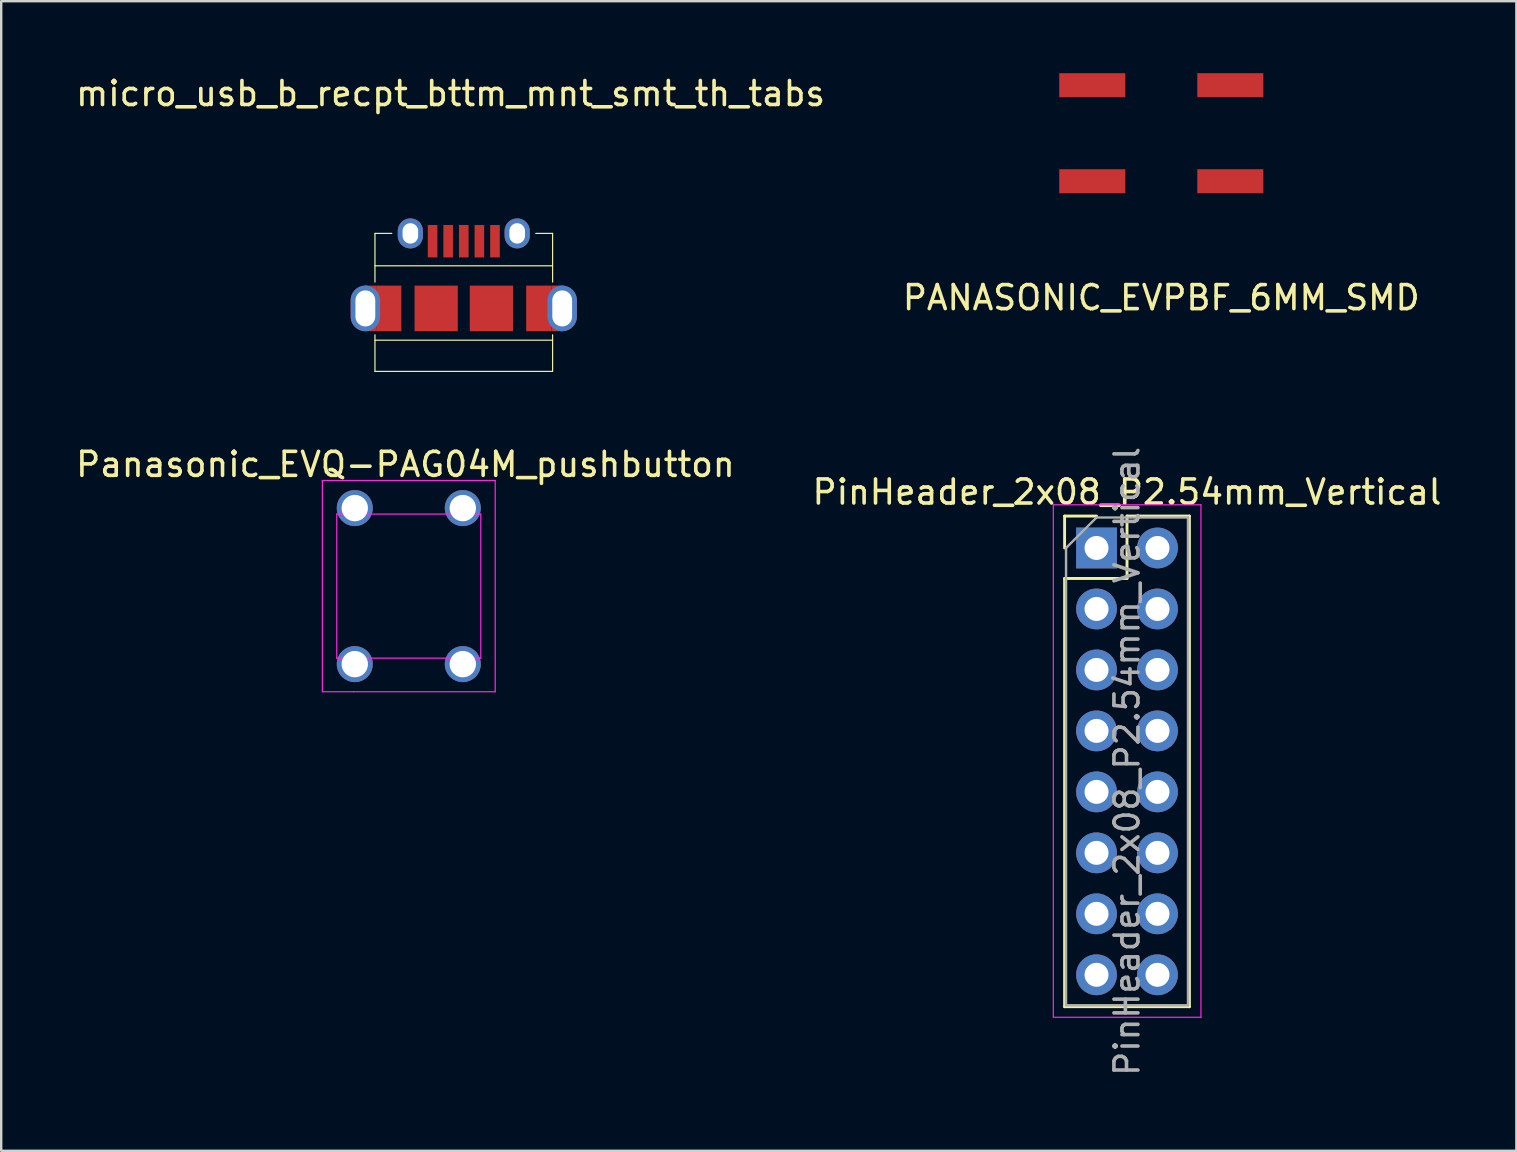
<source format=kicad_pcb>
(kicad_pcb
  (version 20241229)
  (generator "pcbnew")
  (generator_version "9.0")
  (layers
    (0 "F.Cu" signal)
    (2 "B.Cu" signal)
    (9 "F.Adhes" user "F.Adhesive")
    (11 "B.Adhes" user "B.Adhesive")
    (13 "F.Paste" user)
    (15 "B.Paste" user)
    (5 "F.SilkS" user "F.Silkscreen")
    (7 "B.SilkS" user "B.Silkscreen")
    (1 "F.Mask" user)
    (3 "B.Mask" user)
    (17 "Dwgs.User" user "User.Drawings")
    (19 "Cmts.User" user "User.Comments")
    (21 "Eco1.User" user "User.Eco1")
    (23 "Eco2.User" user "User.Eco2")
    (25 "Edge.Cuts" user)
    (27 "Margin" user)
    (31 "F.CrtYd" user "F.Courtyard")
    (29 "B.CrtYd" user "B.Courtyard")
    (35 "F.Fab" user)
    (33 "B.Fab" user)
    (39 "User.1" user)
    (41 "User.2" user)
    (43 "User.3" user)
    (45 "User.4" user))
  (footprint "micro_usb_b_recpt_bttm_mnt_smt_th_tabs"
    (layer "F.Cu")
    (at 16.27 9.798)
    (property "Reference" "micro_usb_b_recpt_bttm_mnt_smt_th_tabs" (at -0.55 -8.95 0) (layer "F.SilkS") (effects (font (size 1 1) (thickness 0.15))))
    (attr through_hole)
    (fp_poly (pts (xy -2.601 0.95) (xy -2.601 -0.95) (xy -3.651 -0.95) (xy -3.651 0.95)) (stroke (width 0) (type solid)) (fill yes) (layer "F.Cu"))
    (fp_poly (pts (xy 2.6 0.95) (xy 2.6 -0.95) (xy 3.65 -0.95) (xy 3.65 0.95)) (stroke (width 0) (type solid)) (fill yes) (layer "F.Cu"))
    (fp_poly (pts (xy -3.651 -0.95) (xy -4.101 -0.95) (xy -4.101 -0.85) (xy -3.701 -0.6) (xy -3.651 -0.45) (xy -3.651 0.5) (xy -3.751 0.65) (xy -4.101 0.95) (xy -3.651 0.95)) (stroke (width 0) (type solid)) (fill yes) (layer "F.Cu"))
    (fp_poly (pts (xy 3.65 -0.95) (xy 4.1 -0.95) (xy 4.1 -0.85) (xy 3.7 -0.6) (xy 3.65 -0.45) (xy 3.65 0.5) (xy 3.75 0.65) (xy 4.1 0.95) (xy 3.65 0.95)) (stroke (width 0) (type solid)) (fill yes) (layer "F.Cu"))
    (fp_poly (pts (xy -2.601 0.95) (xy -2.601 -0.95) (xy -3.651 -0.95) (xy -3.651 0.95)) (stroke (width 0) (type solid)) (fill yes) (layer "F.Mask"))
    (fp_poly (pts (xy 2.6 0.95) (xy 2.6 -0.95) (xy 3.65 -0.95) (xy 3.65 0.95)) (stroke (width 0) (type solid)) (fill yes) (layer "F.Mask"))
    (fp_poly (pts (xy -3.651 -0.95) (xy -4.101 -0.95) (xy -4.101 -0.85) (xy -3.701 -0.6) (xy -3.651 -0.45) (xy -3.651 0.5) (xy -3.751 0.65) (xy -4.101 0.95) (xy -3.651 0.95)) (stroke (width 0) (type solid)) (fill yes) (layer "F.Mask"))
    (fp_poly (pts (xy 3.65 -0.95) (xy 4.1 -0.95) (xy 4.1 -0.85) (xy 3.7 -0.6) (xy 3.65 -0.45) (xy 3.65 0.5) (xy 3.75 0.65) (xy 4.1 0.95) (xy 3.65 0.95)) (stroke (width 0) (type solid)) (fill yes) (layer "F.Mask"))
    (fp_line (start -3.7 -3.125) (end -3 -3.125) (stroke (width 0.05) (type solid)) (layer "F.SilkS"))
    (fp_line (start -3.7 -1.775) (end 3.7 -1.775) (stroke (width 0.05) (type solid)) (layer "F.SilkS"))
    (fp_line (start -3.7 -1.1) (end -3.7 -3.125) (stroke (width 0.05) (type solid)) (layer "F.SilkS"))
    (fp_line (start -3.7 1.325) (end 3.7 1.325) (stroke (width 0.05) (type solid)) (layer "F.SilkS"))
    (fp_line (start -3.7 2.625) (end -3.7 1.1) (stroke (width 0.05) (type solid)) (layer "F.SilkS"))
    (fp_line (start -3.7 2.625) (end 3.7 2.625) (stroke (width 0.05) (type solid)) (layer "F.SilkS"))
    (fp_line (start 3.7 -3.125) (end 3 -3.125) (stroke (width 0.05) (type solid)) (layer "F.SilkS"))
    (fp_line (start 3.7 -1.1) (end 3.7 -3.125) (stroke (width 0.05) (type solid)) (layer "F.SilkS"))
    (fp_line (start 3.7 2.625) (end 3.7 1.1) (stroke (width 0.05) (type solid)) (layer "F.SilkS"))
    (fp_poly (pts (xy -2.601 0.95) (xy -2.601 -0.95) (xy -3.651 -0.95) (xy -3.651 0.95)) (stroke (width 0) (type solid)) (fill yes) (layer "F.Paste"))
    (fp_poly (pts (xy 2.6 0.95) (xy 2.6 -0.95) (xy 3.65 -0.95) (xy 3.65 0.95)) (stroke (width 0) (type solid)) (fill yes) (layer "F.Paste"))
    (fp_poly (pts (xy -3.651 -0.95) (xy -4.101 -0.95) (xy -4.101 -0.85) (xy -3.701 -0.6) (xy -3.651 -0.45) (xy -3.651 0.5) (xy -3.751 0.65) (xy -4.101 0.95) (xy -3.651 0.95)) (stroke (width 0) (type solid)) (fill yes) (layer "F.Paste"))
    (fp_poly (pts (xy 3.65 -0.95) (xy 4.1 -0.95) (xy 4.1 -0.85) (xy 3.7 -0.6) (xy 3.65 -0.45) (xy 3.65 0.5) (xy 3.75 0.65) (xy 4.1 0.95) (xy 3.65 0.95)) (stroke (width 0) (type solid)) (fill yes) (layer "F.Paste"))
    (pad "" thru_hole oval (at -2.225 -3.125) (size 1.05 1.25) (drill oval 0.65 0.85) (layers "*.Cu" "*.Mask"))
    (pad "" thru_hole oval (at 2.225 -3.125) (size 1.05 1.25) (drill oval 0.65 0.85) (layers "*.Cu" "*.Mask"))
    (pad "1" smd rect (at -1.3 -2.8) (size 0.4 1.35) (layers "F.Cu" "F.Mask" "F.Paste"))
    (pad "2" smd rect (at -0.65 -2.8) (size 0.4 1.35) (layers "F.Cu" "F.Mask" "F.Paste"))
    (pad "3" smd rect (at 0 -2.8) (size 0.4 1.35) (layers "F.Cu" "F.Mask" "F.Paste"))
    (pad "4" smd rect (at 0.65 -2.8) (size 0.4 1.35) (layers "F.Cu" "F.Mask" "F.Paste"))
    (pad "5" smd rect (at 1.3 -2.8) (size 0.4 1.35) (layers "F.Cu" "F.Mask" "F.Paste"))
    (pad "6" thru_hole oval (at -4.1 0) (size 1.225 1.9) (drill oval 0.825 1.5) (layers "*.Cu" "*.Mask"))
    (pad "7" smd rect (at -1.15 0) (size 1.8 1.9) (layers "F.Cu" "F.Mask" "F.Paste"))
    (pad "8" smd rect (at 1.15 0) (size 1.8 1.9) (layers "F.Cu" "F.Mask" "F.Paste"))
    (pad "9" thru_hole oval (at 4.1 0) (size 1.225 1.9) (drill oval 0.825 1.5) (layers "*.Cu" "*.Mask")))
  (footprint "PANASONIC_EVPBF_6MM_SMD"
    (layer "F.Cu")
    (at 45.327 2.5)
    (property "Reference" "PANASONIC_EVPBF_6MM_SMD" (at 0 6.85 0) (layer "F.SilkS") (effects (font (size 1 1) (thickness 0.15))))
    (attr through_hole)
    (pad "1" smd rect (at -2.875 -2) (size 2.75 1) (layers "F.Cu" "F.Mask" "F.Paste"))
    (pad "1" smd rect (at 2.875 -2) (size 2.75 1) (layers "F.Cu" "F.Mask" "F.Paste"))
    (pad "2" smd rect (at -2.875 2) (size 2.75 1) (layers "F.Cu" "F.Mask" "F.Paste"))
    (pad "2" smd rect (at 2.875 2) (size 2.75 1) (layers "F.Cu" "F.Mask" "F.Paste")))
  (footprint "Panasonic_EVQ-PAG04M_pushbutton"
    (layer "F.Cu")
    (at 13.979 21.366)
    (property "Reference" "Panasonic_EVQ-PAG04M_pushbutton" (at -0.14 -5.07 0) (layer "F.SilkS") (effects (font (size 1 1) (thickness 0.15))))
    (attr through_hole)
    (fp_line (start -3.6 -4.4) (end 3.6 -4.4) (stroke (width 0.05) (type solid)) (layer "F.CrtYd"))
    (fp_line (start -3.6 4.4) (end -3.6 -4.4) (stroke (width 0.05) (type solid)) (layer "F.CrtYd"))
    (fp_line (start -3 -3) (end 3 -3) (stroke (width 0.05) (type solid)) (layer "F.CrtYd"))
    (fp_line (start -3 3) (end -3 -3) (stroke (width 0.05) (type solid)) (layer "F.CrtYd"))
    (fp_line (start -2.3 4.4) (end -3.6 4.4) (stroke (width 0.05) (type solid)) (layer "F.CrtYd"))
    (fp_line (start 3 -3) (end 3 3) (stroke (width 0.05) (type solid)) (layer "F.CrtYd"))
    (fp_line (start 3 3) (end -3 3) (stroke (width 0.05) (type solid)) (layer "F.CrtYd"))
    (fp_line (start 3.6 -4.4) (end 3.6 4.4) (stroke (width 0.05) (type solid)) (layer "F.CrtYd"))
    (fp_line (start 3.6 4.4) (end -2.3 4.4) (stroke (width 0.05) (type solid)) (layer "F.CrtYd"))
    (pad "1" thru_hole circle (at -2.25 -3.25) (size 1.5 1.5) (drill 1.1) (layers "*.Cu" "*.Mask"))
    (pad "1" thru_hole circle (at -2.25 3.25) (size 1.5 1.5) (drill 1.1) (layers "*.Cu" "*.Mask"))
    (pad "2" thru_hole circle (at 2.25 -3.25) (size 1.5 1.5) (drill 1.1) (layers "*.Cu" "*.Mask"))
    (pad "2" thru_hole circle (at 2.25 3.25) (size 1.5 1.5) (drill 1.1) (layers "*.Cu" "*.Mask")))
  (footprint "PinHeader_2x08_P2.54mm_Vertical"
    (layer "F.Cu")
    (at 42.629 19.778)
    (property "Reference" "PinHeader_2x08_P2.54mm_Vertical" (at 1.27 -2.33 0) (layer "F.SilkS") (effects (font (size 1 1) (thickness 0.15))))
    (attr through_hole)
    (fp_line (start -1.33 -1.33) (end 0 -1.33) (stroke (width 0.12) (type solid)) (layer "F.SilkS"))
    (fp_line (start -1.33 0) (end -1.33 -1.33) (stroke (width 0.12) (type solid)) (layer "F.SilkS"))
    (fp_line (start -1.33 1.27) (end -1.33 19.11) (stroke (width 0.12) (type solid)) (layer "F.SilkS"))
    (fp_line (start -1.33 1.27) (end 1.27 1.27) (stroke (width 0.12) (type solid)) (layer "F.SilkS"))
    (fp_line (start -1.33 19.11) (end 3.87 19.11) (stroke (width 0.12) (type solid)) (layer "F.SilkS"))
    (fp_line (start 1.27 -1.33) (end 3.87 -1.33) (stroke (width 0.12) (type solid)) (layer "F.SilkS"))
    (fp_line (start 1.27 1.27) (end 1.27 -1.33) (stroke (width 0.12) (type solid)) (layer "F.SilkS"))
    (fp_line (start 3.87 -1.33) (end 3.87 19.11) (stroke (width 0.12) (type solid)) (layer "F.SilkS"))
    (fp_line (start -1.8 -1.8) (end -1.8 19.55) (stroke (width 0.05) (type solid)) (layer "F.CrtYd"))
    (fp_line (start -1.8 19.55) (end 4.35 19.55) (stroke (width 0.05) (type solid)) (layer "F.CrtYd"))
    (fp_line (start 4.35 -1.8) (end -1.8 -1.8) (stroke (width 0.05) (type solid)) (layer "F.CrtYd"))
    (fp_line (start 4.35 19.55) (end 4.35 -1.8) (stroke (width 0.05) (type solid)) (layer "F.CrtYd"))
    (fp_line (start -1.27 0) (end 0 -1.27) (stroke (width 0.1) (type solid)) (layer "F.Fab"))
    (fp_line (start -1.27 19.05) (end -1.27 0) (stroke (width 0.1) (type solid)) (layer "F.Fab"))
    (fp_line (start 0 -1.27) (end 3.81 -1.27) (stroke (width 0.1) (type solid)) (layer "F.Fab"))
    (fp_line (start 3.81 -1.27) (end 3.81 19.05) (stroke (width 0.1) (type solid)) (layer "F.Fab"))
    (fp_line (start 3.81 19.05) (end -1.27 19.05) (stroke (width 0.1) (type solid)) (layer "F.Fab"))
    (fp_text user "${REFERENCE}" (at 1.27 8.89 90) (layer "F.Fab") (effects (font (size 1 1) (thickness 0.15))))
    (pad "1" thru_hole rect (at 0 0) (size 1.7 1.7) (drill 1) (layers "*.Cu" "*.Mask"))
    (pad "2" thru_hole oval (at 2.54 0) (size 1.7 1.7) (drill 1) (layers "*.Cu" "*.Mask"))
    (pad "3" thru_hole oval (at 0 2.54) (size 1.7 1.7) (drill 1) (layers "*.Cu" "*.Mask"))
    (pad "4" thru_hole oval (at 2.54 2.54) (size 1.7 1.7) (drill 1) (layers "*.Cu" "*.Mask"))
    (pad "5" thru_hole oval (at 0 5.08) (size 1.7 1.7) (drill 1) (layers "*.Cu" "*.Mask"))
    (pad "6" thru_hole oval (at 2.54 5.08) (size 1.7 1.7) (drill 1) (layers "*.Cu" "*.Mask"))
    (pad "7" thru_hole oval (at 0 7.62) (size 1.7 1.7) (drill 1) (layers "*.Cu" "*.Mask"))
    (pad "8" thru_hole oval (at 2.54 7.62) (size 1.7 1.7) (drill 1) (layers "*.Cu" "*.Mask"))
    (pad "9" thru_hole oval (at 0 10.16) (size 1.7 1.7) (drill 1) (layers "*.Cu" "*.Mask"))
    (pad "10" thru_hole oval (at 2.54 10.16) (size 1.7 1.7) (drill 1) (layers "*.Cu" "*.Mask"))
    (pad "11" thru_hole oval (at 0 12.7) (size 1.7 1.7) (drill 1) (layers "*.Cu" "*.Mask"))
    (pad "12" thru_hole oval (at 2.54 12.7) (size 1.7 1.7) (drill 1) (layers "*.Cu" "*.Mask"))
    (pad "13" thru_hole oval (at 0 15.24) (size 1.7 1.7) (drill 1) (layers "*.Cu" "*.Mask"))
    (pad "14" thru_hole oval (at 2.54 15.24) (size 1.7 1.7) (drill 1) (layers "*.Cu" "*.Mask"))
    (pad "15" thru_hole oval (at 0 17.78) (size 1.7 1.7) (drill 1) (layers "*.Cu" "*.Mask"))
    (pad "16" thru_hole oval (at 2.54 17.78) (size 1.7 1.7) (drill 1) (layers "*.Cu" "*.Mask")))
  (gr_rect
    (start -3 -3)
    (end 60.119 44.889)
    (stroke (width 0.1) (type default))
    (fill no)
    (layer "Edge.Cuts")))
</source>
